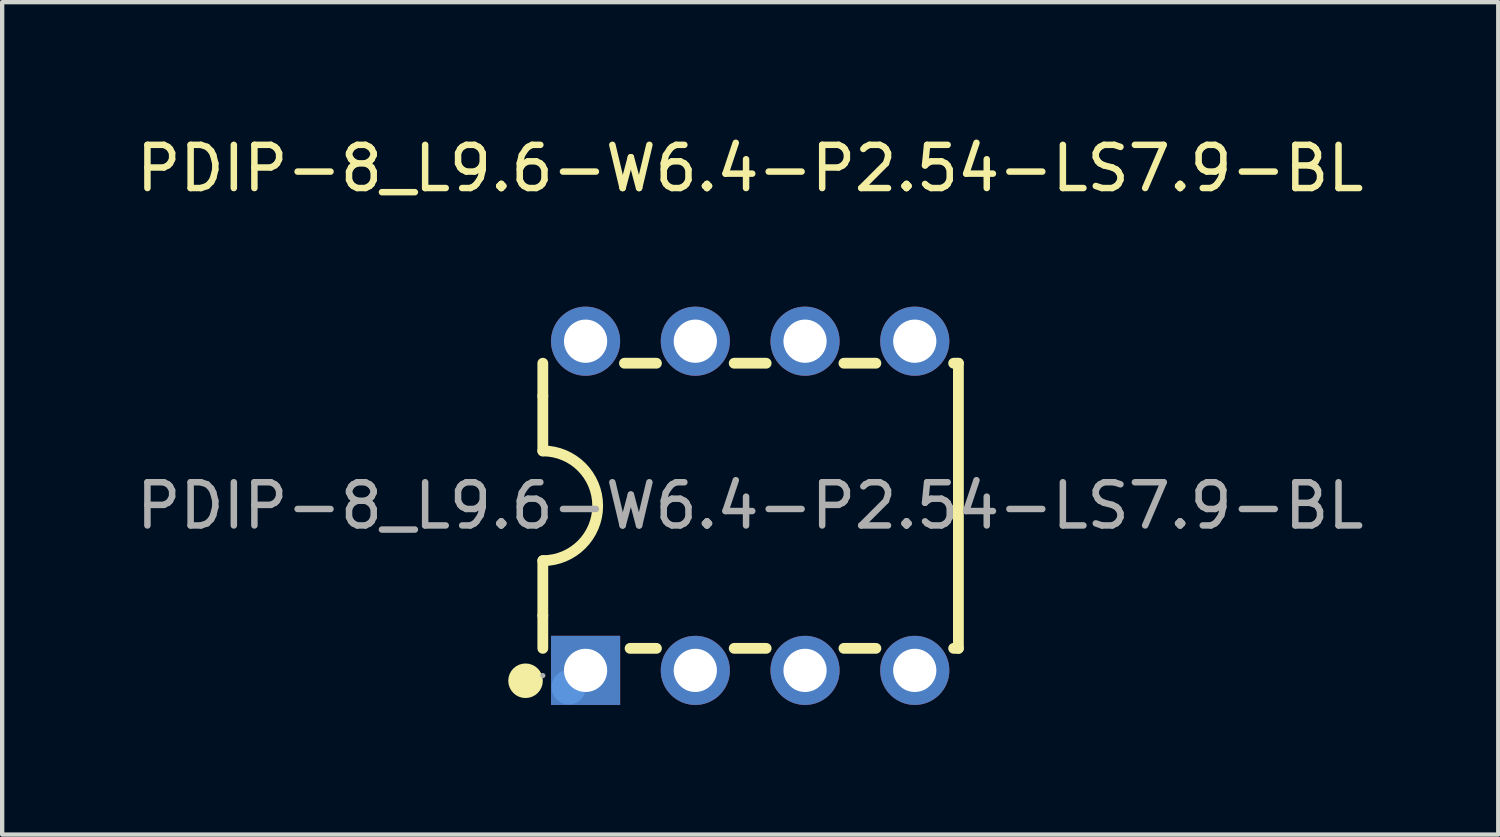
<source format=kicad_pcb>
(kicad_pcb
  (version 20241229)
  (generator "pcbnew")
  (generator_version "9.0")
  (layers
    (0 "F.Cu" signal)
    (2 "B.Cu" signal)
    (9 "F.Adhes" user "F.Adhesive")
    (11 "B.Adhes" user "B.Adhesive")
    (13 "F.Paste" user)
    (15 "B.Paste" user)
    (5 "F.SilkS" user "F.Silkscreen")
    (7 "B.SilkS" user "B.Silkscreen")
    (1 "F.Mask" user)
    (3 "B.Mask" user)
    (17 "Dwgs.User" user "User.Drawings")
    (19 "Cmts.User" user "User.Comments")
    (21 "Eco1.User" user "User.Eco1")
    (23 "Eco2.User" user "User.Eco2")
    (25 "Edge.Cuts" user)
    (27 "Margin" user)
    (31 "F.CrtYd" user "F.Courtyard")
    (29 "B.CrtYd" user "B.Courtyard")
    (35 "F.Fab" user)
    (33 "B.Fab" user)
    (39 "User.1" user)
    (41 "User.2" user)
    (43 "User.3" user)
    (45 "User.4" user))
  (footprint "PDIP-8_L9.6-W6.4-P2.54-LS7.9-BL"
    (layer "F.Cu")
    (at 14.315 8.658)
    (property "Reference" "PDIP-8_L9.6-W6.4-P2.54-LS7.9-BL" (at 0 -7.81 0) (layer "F.SilkS") (effects (font (size 1 1) (thickness 0.15))))
    (attr smd)
    (fp_line (start -4.8 -2.54) (end -4.8 -3.3) (stroke (width 0.25) (type solid)) (layer "F.SilkS"))
    (fp_line (start -4.8 -1.27) (end -4.8 -2.54) (stroke (width 0.25) (type solid)) (layer "F.SilkS"))
    (fp_line (start -4.8 2.54) (end -4.8 1.27) (stroke (width 0.25) (type solid)) (layer "F.SilkS"))
    (fp_line (start -4.8 3.3) (end -4.8 2.54) (stroke (width 0.25) (type solid)) (layer "F.SilkS"))
    (fp_line (start -2.91 -3.3) (end -2.17 -3.3) (stroke (width 0.25) (type solid)) (layer "F.SilkS"))
    (fp_line (start -2.17 3.3) (end -2.78 3.3) (stroke (width 0.25) (type solid)) (layer "F.SilkS"))
    (fp_line (start -0.37 -3.3) (end 0.37 -3.3) (stroke (width 0.25) (type solid)) (layer "F.SilkS"))
    (fp_line (start 0.37 3.3) (end -0.37 3.3) (stroke (width 0.25) (type solid)) (layer "F.SilkS"))
    (fp_line (start 2.17 -3.3) (end 2.91 -3.3) (stroke (width 0.25) (type solid)) (layer "F.SilkS"))
    (fp_line (start 2.91 3.3) (end 2.17 3.3) (stroke (width 0.25) (type solid)) (layer "F.SilkS"))
    (fp_line (start 4.71 -3.3) (end 4.82 -3.3) (stroke (width 0.25) (type solid)) (layer "F.SilkS"))
    (fp_line (start 4.82 -3.3) (end 4.82 3.3) (stroke (width 0.25) (type solid)) (layer "F.SilkS"))
    (fp_line (start 4.82 3.3) (end 4.71 3.3) (stroke (width 0.25) (type solid)) (layer "F.SilkS"))
    (fp_arc (start -4.8 -1.27) (mid -3.53 0) (end -4.8 1.27) (stroke (width 0.25) (type solid)) (layer "F.SilkS"))
    (fp_circle (center -5.2 4.05) (end -5 4.05) (stroke (width 0.4) (type solid)) (fill no) (layer "F.SilkS"))
    (fp_circle (center -4.2 4.2) (end -4 4.2) (stroke (width 0.4) (type solid)) (fill no) (layer "Cmts.User"))
    (fp_circle (center -4.8 3.93) (end -4.77 3.93) (stroke (width 0.06) (type solid)) (fill no) (layer "F.Fab"))
    (fp_text user "${REFERENCE}" (at 0 0 0) (layer "F.Fab") (effects (font (size 1 1) (thickness 0.15))))
    (pad "1" thru_hole rect (at -3.81 3.81) (size 1.6 1.6) (drill 1) (layers "*.Cu" "*.Mask"))
    (pad "2" thru_hole circle (at -1.27 3.81) (size 1.6 1.6) (drill 1) (layers "*.Cu" "*.Mask"))
    (pad "3" thru_hole circle (at 1.27 3.81) (size 1.6 1.6) (drill 1) (layers "*.Cu" "*.Mask"))
    (pad "4" thru_hole circle (at 3.81 3.81) (size 1.6 1.6) (drill 1) (layers "*.Cu" "*.Mask"))
    (pad "5" thru_hole circle (at 3.81 -3.81) (size 1.6 1.6) (drill 1) (layers "*.Cu" "*.Mask"))
    (pad "6" thru_hole circle (at 1.27 -3.81) (size 1.6 1.6) (drill 1) (layers "*.Cu" "*.Mask"))
    (pad "7" thru_hole circle (at -1.27 -3.81) (size 1.6 1.6) (drill 1) (layers "*.Cu" "*.Mask"))
    (pad "8" thru_hole circle (at -3.81 -3.81) (size 1.6 1.6) (drill 1) (layers "*.Cu" "*.Mask")))
  (gr_rect
    (start -3 -3)
    (end 31.631 16.268)
    (stroke (width 0.1) (type default))
    (fill no)
    (layer "Edge.Cuts")))
</source>
